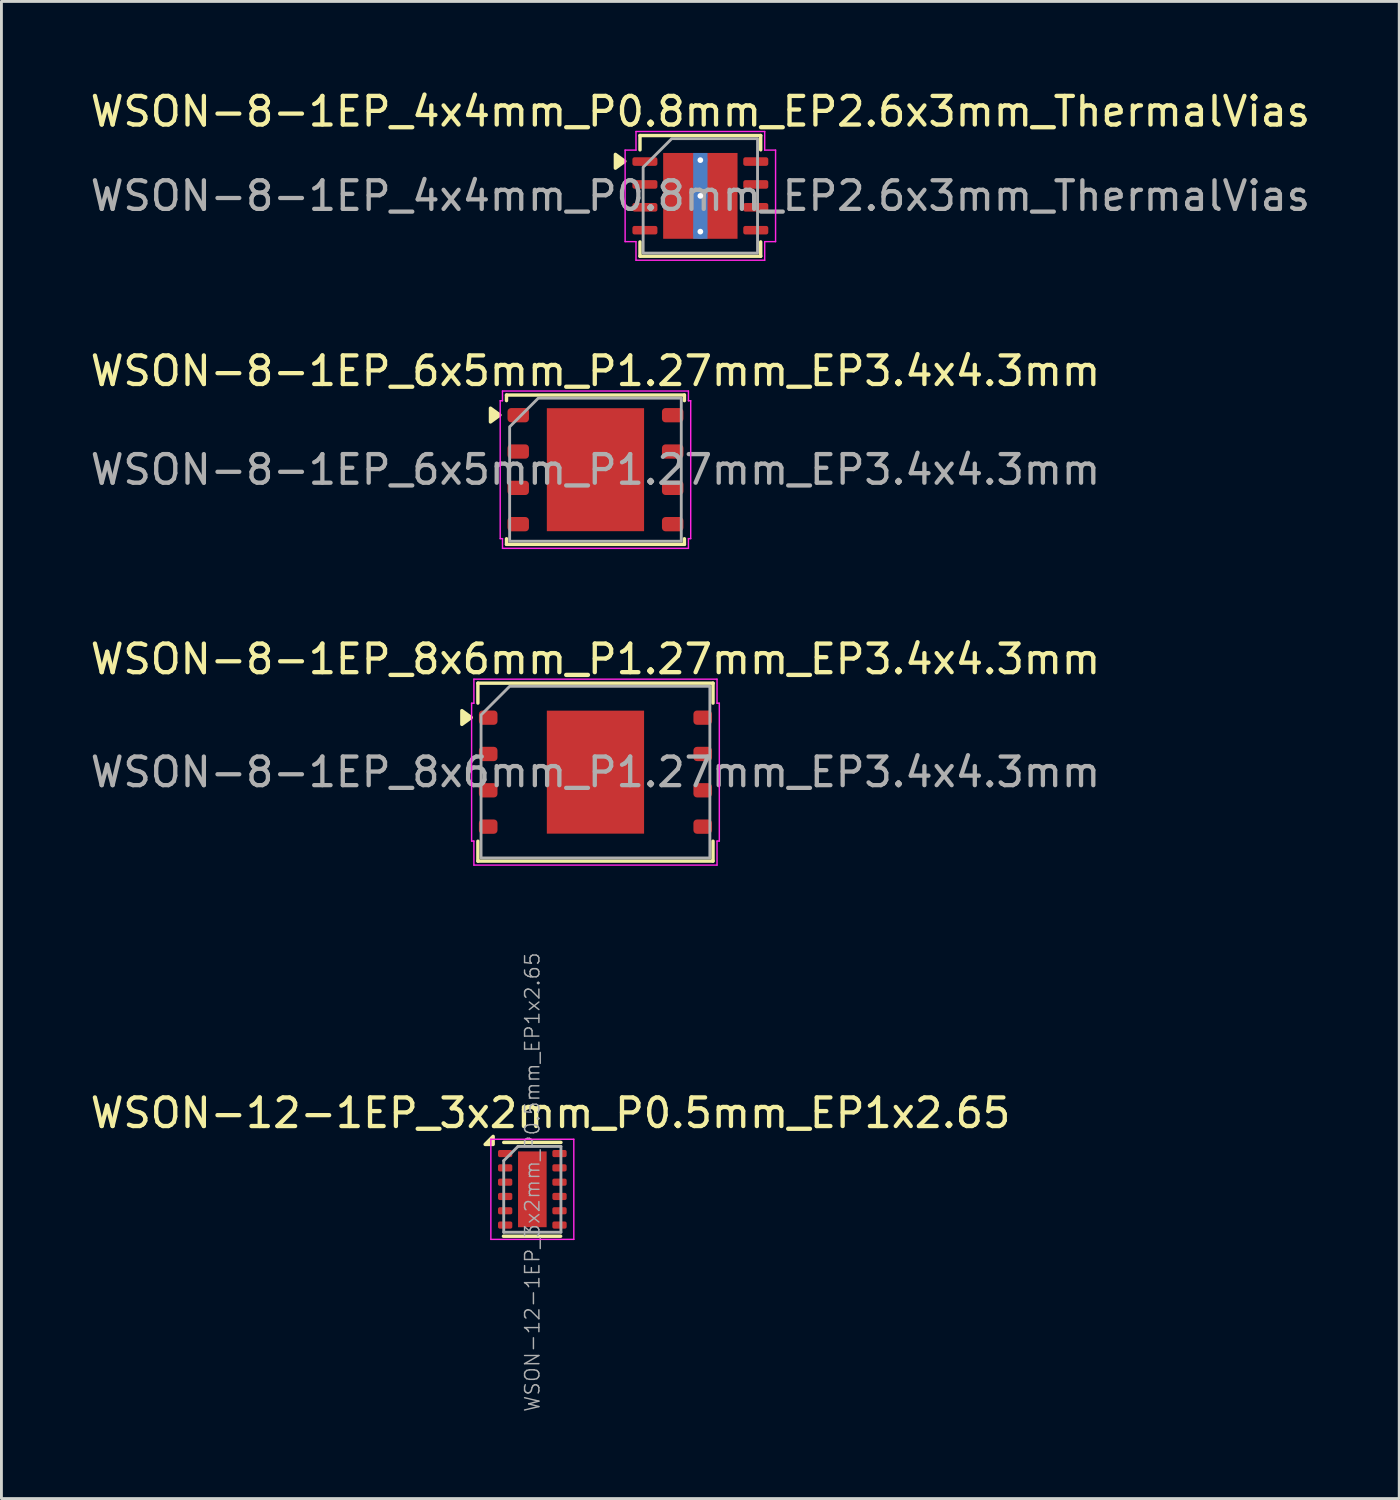
<source format=kicad_pcb>
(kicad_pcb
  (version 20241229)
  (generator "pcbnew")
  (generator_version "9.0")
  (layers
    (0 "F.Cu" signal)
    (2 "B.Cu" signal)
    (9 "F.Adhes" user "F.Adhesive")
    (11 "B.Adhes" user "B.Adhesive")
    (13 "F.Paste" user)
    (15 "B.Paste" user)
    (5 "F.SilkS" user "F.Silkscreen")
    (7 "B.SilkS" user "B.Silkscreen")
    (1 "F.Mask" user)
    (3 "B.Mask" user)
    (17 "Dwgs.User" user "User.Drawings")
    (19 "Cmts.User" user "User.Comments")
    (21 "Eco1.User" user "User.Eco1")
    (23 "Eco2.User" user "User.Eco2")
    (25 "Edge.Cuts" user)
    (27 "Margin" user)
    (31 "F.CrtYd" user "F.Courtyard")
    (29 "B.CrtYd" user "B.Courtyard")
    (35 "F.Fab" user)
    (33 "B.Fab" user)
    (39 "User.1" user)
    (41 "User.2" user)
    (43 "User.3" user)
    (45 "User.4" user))
  (footprint "WSON-8-1EP_6x5mm_P1.27mm_EP3.4x4.3mm"
    (layer "F.Cu")
    (at 17.768 13.371)
    (property "Reference" "WSON-8-1EP_6x5mm_P1.27mm_EP3.4x4.3mm" (at 0 -3.45 0) (layer "F.SilkS") (effects (font (size 1 1) (thickness 0.15))))
    (attr smd)
    (fp_line (start -3.11 -2.61) (end 3.11 -2.61) (stroke (width 0.12) (type solid)) (layer "F.SilkS"))
    (fp_line (start -3.11 -2.415) (end -3.11 -2.61) (stroke (width 0.12) (type solid)) (layer "F.SilkS"))
    (fp_line (start -3.11 2.61) (end -3.11 2.415) (stroke (width 0.12) (type solid)) (layer "F.SilkS"))
    (fp_line (start 3.11 -2.61) (end 3.11 -2.415) (stroke (width 0.12) (type solid)) (layer "F.SilkS"))
    (fp_line (start 3.11 2.415) (end 3.11 2.61) (stroke (width 0.12) (type solid)) (layer "F.SilkS"))
    (fp_line (start 3.11 2.61) (end -3.11 2.61) (stroke (width 0.12) (type solid)) (layer "F.SilkS"))
    (fp_poly (pts (xy -3.34 -1.91) (xy -3.67 -1.67) (xy -3.67 -2.15)) (stroke (width 0.12) (type solid)) (fill yes) (layer "F.SilkS"))
    (fp_line (start -3.33 -2.41) (end -3.25 -2.41) (stroke (width 0.05) (type solid)) (layer "F.CrtYd"))
    (fp_line (start -3.33 2.41) (end -3.33 -2.41) (stroke (width 0.05) (type solid)) (layer "F.CrtYd"))
    (fp_line (start -3.25 -2.75) (end 3.25 -2.75) (stroke (width 0.05) (type solid)) (layer "F.CrtYd"))
    (fp_line (start -3.25 -2.41) (end -3.25 -2.75) (stroke (width 0.05) (type solid)) (layer "F.CrtYd"))
    (fp_line (start -3.25 2.41) (end -3.33 2.41) (stroke (width 0.05) (type solid)) (layer "F.CrtYd"))
    (fp_line (start -3.25 2.75) (end -3.25 2.41) (stroke (width 0.05) (type solid)) (layer "F.CrtYd"))
    (fp_line (start 3.25 -2.75) (end 3.25 -2.41) (stroke (width 0.05) (type solid)) (layer "F.CrtYd"))
    (fp_line (start 3.25 -2.41) (end 3.33 -2.41) (stroke (width 0.05) (type solid)) (layer "F.CrtYd"))
    (fp_line (start 3.25 2.41) (end 3.25 2.75) (stroke (width 0.05) (type solid)) (layer "F.CrtYd"))
    (fp_line (start 3.25 2.75) (end -3.25 2.75) (stroke (width 0.05) (type solid)) (layer "F.CrtYd"))
    (fp_line (start 3.33 -2.41) (end 3.33 2.41) (stroke (width 0.05) (type solid)) (layer "F.CrtYd"))
    (fp_line (start 3.33 2.41) (end 3.25 2.41) (stroke (width 0.05) (type solid)) (layer "F.CrtYd"))
    (fp_poly (pts (xy -3 -1.5) (xy -3 2.5) (xy 3 2.5) (xy 3 -2.5) (xy -2 -2.5)) (stroke (width 0.1) (type solid)) (fill no) (layer "F.Fab"))
    (fp_text user "${REFERENCE}" (at 0 0 0) (layer "F.Fab") (effects (font (size 1 1) (thickness 0.15))))
    (pad "" smd roundrect (at -0.85 -1.075) (size 1.37 1.73) (layers "F.Paste") (roundrect_rratio 0.182))
    (pad "" smd roundrect (at -0.85 1.075) (size 1.37 1.73) (layers "F.Paste") (roundrect_rratio 0.182))
    (pad "" smd roundrect (at 0.85 -1.075) (size 1.37 1.73) (layers "F.Paste") (roundrect_rratio 0.182))
    (pad "" smd roundrect (at 0.85 1.075) (size 1.37 1.73) (layers "F.Paste") (roundrect_rratio 0.182))
    (pad "1" smd roundrect (at -2.7 -1.905) (size 0.75 0.5) (layers "F.Cu" "F.Mask" "F.Paste") (roundrect_rratio 0.25))
    (pad "2" smd roundrect (at -2.7 -0.635) (size 0.75 0.5) (layers "F.Cu" "F.Mask" "F.Paste") (roundrect_rratio 0.25))
    (pad "3" smd roundrect (at -2.7 0.635) (size 0.75 0.5) (layers "F.Cu" "F.Mask" "F.Paste") (roundrect_rratio 0.25))
    (pad "4" smd roundrect (at -2.7 1.905) (size 0.75 0.5) (layers "F.Cu" "F.Mask" "F.Paste") (roundrect_rratio 0.25))
    (pad "5" smd roundrect (at 2.7 1.905) (size 0.75 0.5) (layers "F.Cu" "F.Mask" "F.Paste") (roundrect_rratio 0.25))
    (pad "6" smd roundrect (at 2.7 0.635) (size 0.75 0.5) (layers "F.Cu" "F.Mask" "F.Paste") (roundrect_rratio 0.25))
    (pad "7" smd roundrect (at 2.7 -0.635) (size 0.75 0.5) (layers "F.Cu" "F.Mask" "F.Paste") (roundrect_rratio 0.25))
    (pad "8" smd roundrect (at 2.7 -1.905) (size 0.75 0.5) (layers "F.Cu" "F.Mask" "F.Paste") (roundrect_rratio 0.25))
    (pad "9" smd rect (at 0 0) (size 3.4 4.3) (property pad_prop_heatsink) (layers "F.Cu" "F.Mask")))
  (footprint "WSON-8-1EP_8x6mm_P1.27mm_EP3.4x4.3mm"
    (layer "F.Cu")
    (at 17.768 23.945)
    (property "Reference" "WSON-8-1EP_8x6mm_P1.27mm_EP3.4x4.3mm" (at 0 -3.95 0) (layer "F.SilkS") (effects (font (size 1 1) (thickness 0.15))))
    (attr smd)
    (fp_line (start -4.11 -3.11) (end 4.11 -3.11) (stroke (width 0.12) (type solid)) (layer "F.SilkS"))
    (fp_line (start -4.11 -2.415) (end -4.11 -3.11) (stroke (width 0.12) (type solid)) (layer "F.SilkS"))
    (fp_line (start -4.11 3.11) (end -4.11 2.415) (stroke (width 0.12) (type solid)) (layer "F.SilkS"))
    (fp_line (start 4.11 -3.11) (end 4.11 -2.415) (stroke (width 0.12) (type solid)) (layer "F.SilkS"))
    (fp_line (start 4.11 2.415) (end 4.11 3.11) (stroke (width 0.12) (type solid)) (layer "F.SilkS"))
    (fp_line (start 4.11 3.11) (end -4.11 3.11) (stroke (width 0.12) (type solid)) (layer "F.SilkS"))
    (fp_poly (pts (xy -4.34 -1.91) (xy -4.67 -1.67) (xy -4.67 -2.15)) (stroke (width 0.12) (type solid)) (fill yes) (layer "F.SilkS"))
    (fp_line (start -4.33 -2.41) (end -4.25 -2.41) (stroke (width 0.05) (type solid)) (layer "F.CrtYd"))
    (fp_line (start -4.33 2.41) (end -4.33 -2.41) (stroke (width 0.05) (type solid)) (layer "F.CrtYd"))
    (fp_line (start -4.25 -3.25) (end 4.25 -3.25) (stroke (width 0.05) (type solid)) (layer "F.CrtYd"))
    (fp_line (start -4.25 -2.41) (end -4.25 -3.25) (stroke (width 0.05) (type solid)) (layer "F.CrtYd"))
    (fp_line (start -4.25 2.41) (end -4.33 2.41) (stroke (width 0.05) (type solid)) (layer "F.CrtYd"))
    (fp_line (start -4.25 3.25) (end -4.25 2.41) (stroke (width 0.05) (type solid)) (layer "F.CrtYd"))
    (fp_line (start 4.25 -3.25) (end 4.25 -2.41) (stroke (width 0.05) (type solid)) (layer "F.CrtYd"))
    (fp_line (start 4.25 -2.41) (end 4.33 -2.41) (stroke (width 0.05) (type solid)) (layer "F.CrtYd"))
    (fp_line (start 4.25 2.41) (end 4.25 3.25) (stroke (width 0.05) (type solid)) (layer "F.CrtYd"))
    (fp_line (start 4.25 3.25) (end -4.25 3.25) (stroke (width 0.05) (type solid)) (layer "F.CrtYd"))
    (fp_line (start 4.33 -2.41) (end 4.33 2.41) (stroke (width 0.05) (type solid)) (layer "F.CrtYd"))
    (fp_line (start 4.33 2.41) (end 4.25 2.41) (stroke (width 0.05) (type solid)) (layer "F.CrtYd"))
    (fp_poly (pts (xy -4 -2) (xy -4 3) (xy 4 3) (xy 4 -3) (xy -3 -3)) (stroke (width 0.1) (type solid)) (fill no) (layer "F.Fab"))
    (fp_text user "${REFERENCE}" (at 0 0 0) (layer "F.Fab") (effects (font (size 1 1) (thickness 0.15))))
    (pad "" smd roundrect (at -0.85 -1.075) (size 1.37 1.73) (layers "F.Paste") (roundrect_rratio 0.182))
    (pad "" smd roundrect (at -0.85 1.075) (size 1.37 1.73) (layers "F.Paste") (roundrect_rratio 0.182))
    (pad "" smd roundrect (at 0.85 -1.075) (size 1.37 1.73) (layers "F.Paste") (roundrect_rratio 0.182))
    (pad "" smd roundrect (at 0.85 1.075) (size 1.37 1.73) (layers "F.Paste") (roundrect_rratio 0.182))
    (pad "1" smd roundrect (at -3.75 -1.905) (size 0.65 0.5) (layers "F.Cu" "F.Mask" "F.Paste") (roundrect_rratio 0.25))
    (pad "2" smd roundrect (at -3.75 -0.635) (size 0.65 0.5) (layers "F.Cu" "F.Mask" "F.Paste") (roundrect_rratio 0.25))
    (pad "3" smd roundrect (at -3.75 0.635) (size 0.65 0.5) (layers "F.Cu" "F.Mask" "F.Paste") (roundrect_rratio 0.25))
    (pad "4" smd roundrect (at -3.75 1.905) (size 0.65 0.5) (layers "F.Cu" "F.Mask" "F.Paste") (roundrect_rratio 0.25))
    (pad "5" smd roundrect (at 3.75 1.905) (size 0.65 0.5) (layers "F.Cu" "F.Mask" "F.Paste") (roundrect_rratio 0.25))
    (pad "6" smd roundrect (at 3.75 0.635) (size 0.65 0.5) (layers "F.Cu" "F.Mask" "F.Paste") (roundrect_rratio 0.25))
    (pad "7" smd roundrect (at 3.75 -0.635) (size 0.65 0.5) (layers "F.Cu" "F.Mask" "F.Paste") (roundrect_rratio 0.25))
    (pad "8" smd roundrect (at 3.75 -1.905) (size 0.65 0.5) (layers "F.Cu" "F.Mask" "F.Paste") (roundrect_rratio 0.25))
    (pad "9" smd rect (at 0 0) (size 3.4 4.3) (property pad_prop_heatsink) (layers "F.Cu" "F.Mask")))
  (footprint "WSON-12-1EP_3x2mm_P0.5mm_EP1x2.65"
    (layer "F.Cu")
    (at 15.561 38.53)
    (property "Reference" "WSON-12-1EP_3x2mm_P0.5mm_EP1x2.65" (at 0.635 -2.667 0) (layer "F.SilkS") (effects (font (size 1 1) (thickness 0.15))))
    (attr smd)
    (fp_line (start -1.01 1.64) (end 0.99 1.64) (stroke (width 0.12) (type solid)) (layer "F.SilkS"))
    (fp_line (start -1 -1.64) (end 1 -1.64) (stroke (width 0.12) (type solid)) (layer "F.SilkS"))
    (fp_poly (pts (xy -1.37 -1.57) (xy -1.65 -1.57) (xy -1.37 -1.85) (xy -1.37 -1.57)) (stroke (width 0.12) (type solid)) (fill yes) (layer "F.SilkS"))
    (fp_line (start -1.45 -1.75) (end 1.45 -1.75) (stroke (width 0.05) (type solid)) (layer "F.CrtYd"))
    (fp_line (start -1.45 1.75) (end -1.45 -1.75) (stroke (width 0.05) (type solid)) (layer "F.CrtYd"))
    (fp_line (start 1.45 -1.75) (end 1.45 1.75) (stroke (width 0.05) (type solid)) (layer "F.CrtYd"))
    (fp_line (start 1.45 1.75) (end -1.45 1.75) (stroke (width 0.05) (type solid)) (layer "F.CrtYd"))
    (fp_line (start -1 -1) (end -0.5 -1.5) (stroke (width 0.1) (type solid)) (layer "F.Fab"))
    (fp_line (start -1 1.5) (end -1 -1) (stroke (width 0.1) (type solid)) (layer "F.Fab"))
    (fp_line (start -0.5 -1.5) (end 1 -1.5) (stroke (width 0.1) (type solid)) (layer "F.Fab"))
    (fp_line (start 1 -1.5) (end 1 1.5) (stroke (width 0.1) (type solid)) (layer "F.Fab"))
    (fp_line (start 1 1.5) (end -1 1.5) (stroke (width 0.1) (type solid)) (layer "F.Fab"))
    (fp_text user "${REFERENCE}" (at 0 -0.25 90) (layer "F.Fab") (effects (font (size 0.5 0.5) (thickness 0.05))))
    (pad "" smd rect (at 0 -0.685) (size 0.95 1.17) (layers "F.Paste"))
    (pad "" smd rect (at 0 0.685) (size 0.95 1.17) (layers "F.Paste"))
    (pad "1" smd roundrect (at -0.95 -1.25) (size 0.5 0.25) (layers "F.Cu" "F.Mask" "F.Paste") (roundrect_rratio 0.25))
    (pad "2" smd roundrect (at -0.95 -0.75) (size 0.5 0.25) (layers "F.Cu" "F.Mask" "F.Paste") (roundrect_rratio 0.25))
    (pad "3" smd roundrect (at -0.95 -0.25) (size 0.5 0.25) (layers "F.Cu" "F.Mask" "F.Paste") (roundrect_rratio 0.25))
    (pad "4" smd roundrect (at -0.95 0.25) (size 0.5 0.25) (layers "F.Cu" "F.Mask" "F.Paste") (roundrect_rratio 0.25))
    (pad "5" smd roundrect (at -0.95 0.75) (size 0.5 0.25) (layers "F.Cu" "F.Mask" "F.Paste") (roundrect_rratio 0.25))
    (pad "6" smd roundrect (at -0.95 1.25) (size 0.5 0.25) (layers "F.Cu" "F.Mask" "F.Paste") (roundrect_rratio 0.25))
    (pad "7" smd roundrect (at 0.95 1.25) (size 0.5 0.25) (layers "F.Cu" "F.Mask" "F.Paste") (roundrect_rratio 0.25))
    (pad "8" smd roundrect (at 0.95 0.75) (size 0.5 0.25) (layers "F.Cu" "F.Mask" "F.Paste") (roundrect_rratio 0.25))
    (pad "9" smd roundrect (at 0.95 0.25) (size 0.5 0.25) (layers "F.Cu" "F.Mask" "F.Paste") (roundrect_rratio 0.25))
    (pad "10" smd roundrect (at 0.95 -0.25) (size 0.5 0.25) (layers "F.Cu" "F.Mask" "F.Paste") (roundrect_rratio 0.25))
    (pad "11" smd roundrect (at 0.95 -0.75) (size 0.5 0.25) (layers "F.Cu" "F.Mask" "F.Paste") (roundrect_rratio 0.25))
    (pad "12" smd roundrect (at 0.95 -1.25) (size 0.5 0.25) (layers "F.Cu" "F.Mask" "F.Paste") (roundrect_rratio 0.25))
    (pad "13" smd rect (at 0 0) (size 1 2.65) (layers "F.Cu" "F.Mask")))
  (footprint "WSON-8-1EP_4x4mm_P0.8mm_EP2.6x3mm_ThermalVias"
    (layer "F.Cu")
    (at 21.435 3.798)
    (property "Reference" "WSON-8-1EP_4x4mm_P0.8mm_EP2.6x3mm_ThermalVias" (at 0 -2.95 0) (layer "F.SilkS") (effects (font (size 1 1) (thickness 0.15))))
    (attr smd)
    (fp_line (start -2.11 -2.11) (end 2.11 -2.11) (stroke (width 0.12) (type solid)) (layer "F.SilkS"))
    (fp_line (start -2.11 -1.61) (end -2.11 -2.11) (stroke (width 0.12) (type solid)) (layer "F.SilkS"))
    (fp_line (start -2.11 2.11) (end -2.11 1.61) (stroke (width 0.12) (type solid)) (layer "F.SilkS"))
    (fp_line (start 2.11 -2.11) (end 2.11 -1.61) (stroke (width 0.12) (type solid)) (layer "F.SilkS"))
    (fp_line (start 2.11 1.61) (end 2.11 2.11) (stroke (width 0.12) (type solid)) (layer "F.SilkS"))
    (fp_line (start 2.11 2.11) (end -2.11 2.11) (stroke (width 0.12) (type solid)) (layer "F.SilkS"))
    (fp_poly (pts (xy -2.64 -1.21) (xy -2.97 -0.97) (xy -2.97 -1.45)) (stroke (width 0.12) (type solid)) (fill yes) (layer "F.SilkS"))
    (fp_line (start -2.63 -1.6) (end -2.25 -1.6) (stroke (width 0.05) (type solid)) (layer "F.CrtYd"))
    (fp_line (start -2.63 1.6) (end -2.63 -1.6) (stroke (width 0.05) (type solid)) (layer "F.CrtYd"))
    (fp_line (start -2.25 -2.25) (end 2.25 -2.25) (stroke (width 0.05) (type solid)) (layer "F.CrtYd"))
    (fp_line (start -2.25 -1.6) (end -2.25 -2.25) (stroke (width 0.05) (type solid)) (layer "F.CrtYd"))
    (fp_line (start -2.25 1.6) (end -2.63 1.6) (stroke (width 0.05) (type solid)) (layer "F.CrtYd"))
    (fp_line (start -2.25 2.25) (end -2.25 1.6) (stroke (width 0.05) (type solid)) (layer "F.CrtYd"))
    (fp_line (start 2.25 -2.25) (end 2.25 -1.6) (stroke (width 0.05) (type solid)) (layer "F.CrtYd"))
    (fp_line (start 2.25 -1.6) (end 2.63 -1.6) (stroke (width 0.05) (type solid)) (layer "F.CrtYd"))
    (fp_line (start 2.25 1.6) (end 2.25 2.25) (stroke (width 0.05) (type solid)) (layer "F.CrtYd"))
    (fp_line (start 2.25 2.25) (end -2.25 2.25) (stroke (width 0.05) (type solid)) (layer "F.CrtYd"))
    (fp_line (start 2.63 -1.6) (end 2.63 1.6) (stroke (width 0.05) (type solid)) (layer "F.CrtYd"))
    (fp_line (start 2.63 1.6) (end 2.25 1.6) (stroke (width 0.05) (type solid)) (layer "F.CrtYd"))
    (fp_poly (pts (xy -2 -1) (xy -2 2) (xy 2 2) (xy 2 -2) (xy -1 -2)) (stroke (width 0.1) (type solid)) (fill no) (layer "F.Fab"))
    (fp_text user "${REFERENCE}" (at 0 0 0) (layer "F.Fab") (effects (font (size 1 1) (thickness 0.15))))
    (pad "" smd roundrect (at -0.65 -0.75) (size 1.05 1.21) (layers "F.Paste") (roundrect_rratio 0.238))
    (pad "" smd roundrect (at -0.65 0.75) (size 1.05 1.21) (layers "F.Paste") (roundrect_rratio 0.238))
    (pad "" smd roundrect (at 0.65 -0.75) (size 1.05 1.21) (layers "F.Paste") (roundrect_rratio 0.238))
    (pad "" smd roundrect (at 0.65 0.75) (size 1.05 1.21) (layers "F.Paste") (roundrect_rratio 0.238))
    (pad "1" smd roundrect (at -1.938 -1.2) (size 0.875 0.3) (layers "F.Cu" "F.Mask" "F.Paste") (roundrect_rratio 0.25))
    (pad "2" smd roundrect (at -1.938 -0.4) (size 0.875 0.3) (layers "F.Cu" "F.Mask" "F.Paste") (roundrect_rratio 0.25))
    (pad "3" smd roundrect (at -1.938 0.4) (size 0.875 0.3) (layers "F.Cu" "F.Mask" "F.Paste") (roundrect_rratio 0.25))
    (pad "4" smd roundrect (at -1.938 1.2) (size 0.875 0.3) (layers "F.Cu" "F.Mask" "F.Paste") (roundrect_rratio 0.25))
    (pad "5" smd roundrect (at 1.938 1.2) (size 0.875 0.3) (layers "F.Cu" "F.Mask" "F.Paste") (roundrect_rratio 0.25))
    (pad "6" smd roundrect (at 1.938 0.4) (size 0.875 0.3) (layers "F.Cu" "F.Mask" "F.Paste") (roundrect_rratio 0.25))
    (pad "7" smd roundrect (at 1.938 -0.4) (size 0.875 0.3) (layers "F.Cu" "F.Mask" "F.Paste") (roundrect_rratio 0.25))
    (pad "8" smd roundrect (at 1.938 -1.2) (size 0.875 0.3) (layers "F.Cu" "F.Mask" "F.Paste") (roundrect_rratio 0.25))
    (pad "9" thru_hole circle (at 0 -1.25) (size 0.5 0.5) (drill 0.2) (property pad_prop_heatsink) (layers "*.Cu"))
    (pad "9" thru_hole circle (at 0 0) (size 0.5 0.5) (drill 0.2) (property pad_prop_heatsink) (layers "*.Cu"))
    (pad "9" smd rect (at 0 0) (size 0.5 3) (property pad_prop_heatsink) (layers "B.Cu"))
    (pad "9" smd rect (at 0 0) (size 2.6 3) (property pad_prop_heatsink) (layers "F.Cu" "F.Mask"))
    (pad "9" thru_hole circle (at 0 1.25) (size 0.5 0.5) (drill 0.2) (property pad_prop_heatsink) (layers "*.Cu")))
  (gr_rect
    (start -3 -3)
    (end 45.869 49.341)
    (stroke (width 0.1) (type default))
    (fill no)
    (layer "Edge.Cuts")))
</source>
